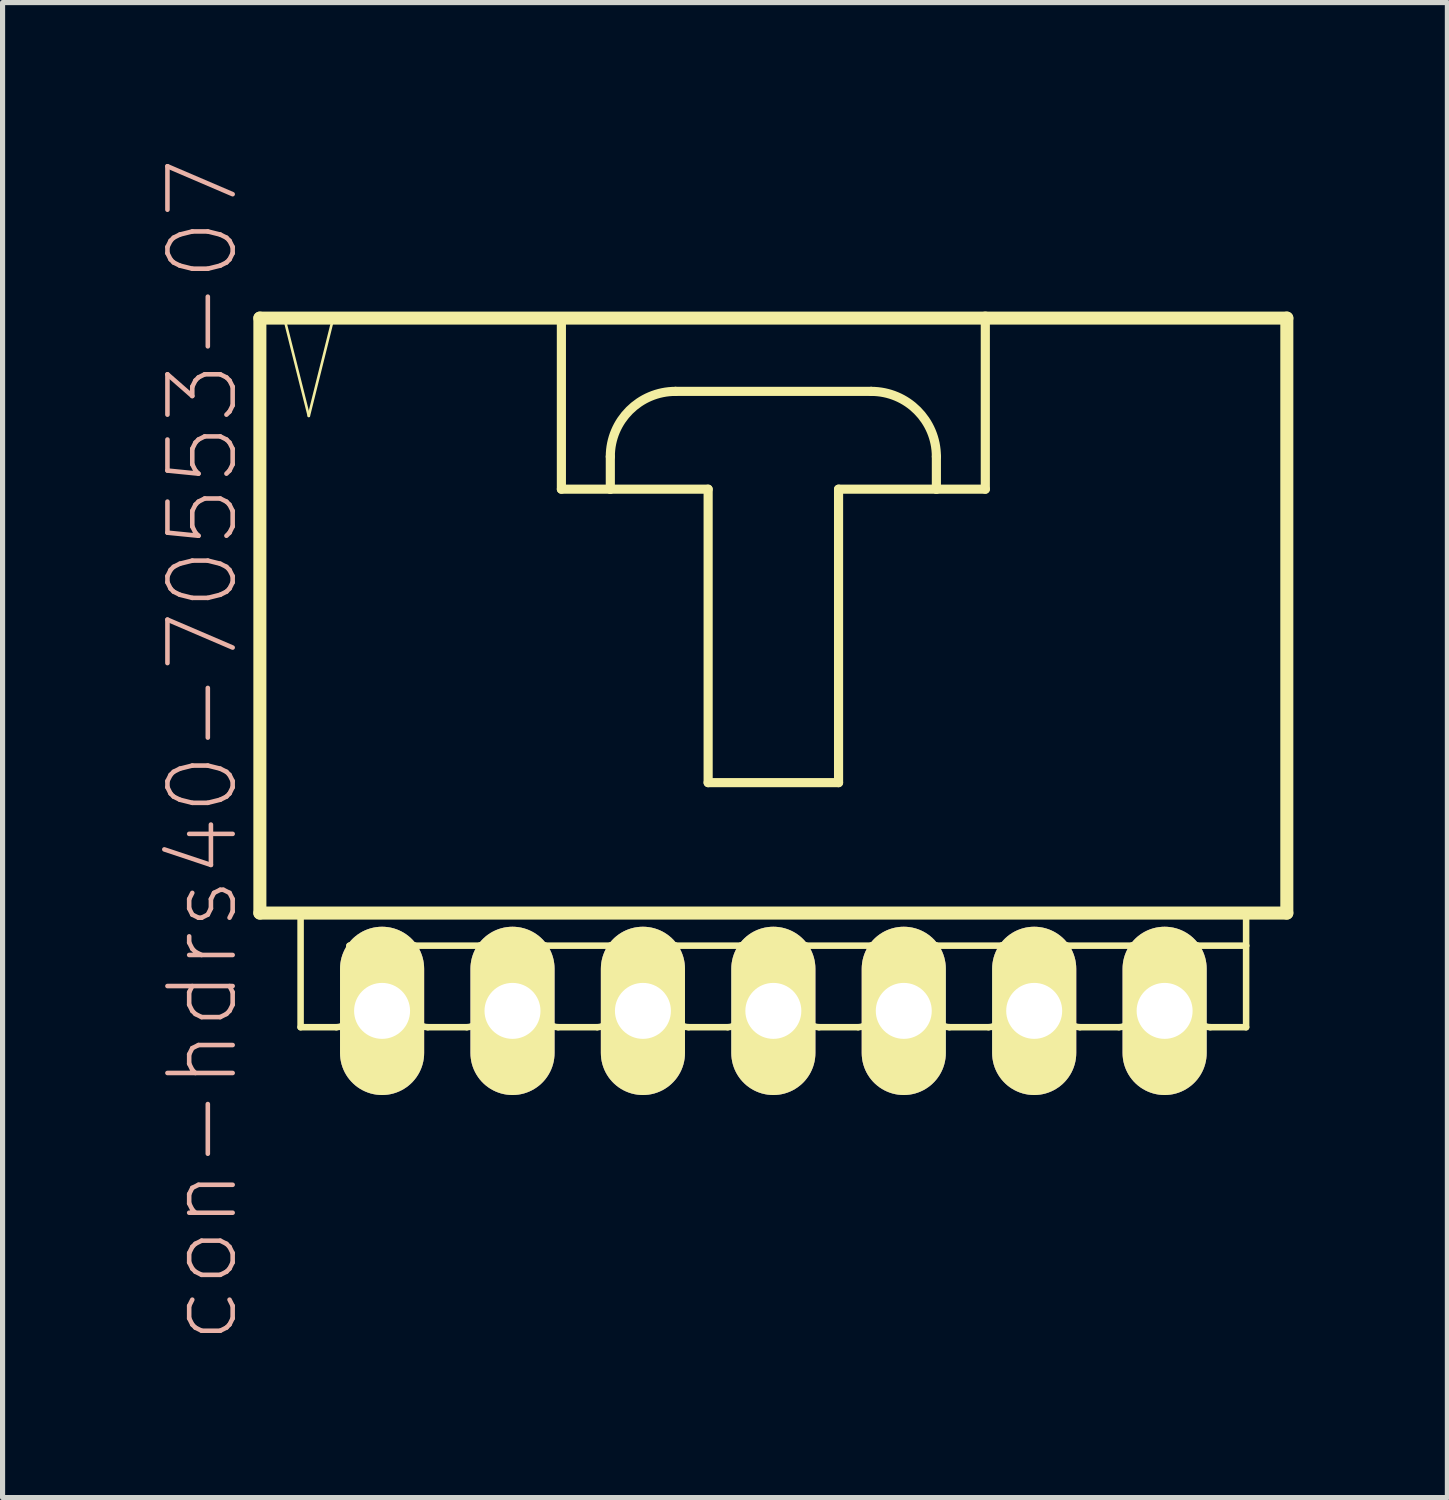
<source format=kicad_pcb>
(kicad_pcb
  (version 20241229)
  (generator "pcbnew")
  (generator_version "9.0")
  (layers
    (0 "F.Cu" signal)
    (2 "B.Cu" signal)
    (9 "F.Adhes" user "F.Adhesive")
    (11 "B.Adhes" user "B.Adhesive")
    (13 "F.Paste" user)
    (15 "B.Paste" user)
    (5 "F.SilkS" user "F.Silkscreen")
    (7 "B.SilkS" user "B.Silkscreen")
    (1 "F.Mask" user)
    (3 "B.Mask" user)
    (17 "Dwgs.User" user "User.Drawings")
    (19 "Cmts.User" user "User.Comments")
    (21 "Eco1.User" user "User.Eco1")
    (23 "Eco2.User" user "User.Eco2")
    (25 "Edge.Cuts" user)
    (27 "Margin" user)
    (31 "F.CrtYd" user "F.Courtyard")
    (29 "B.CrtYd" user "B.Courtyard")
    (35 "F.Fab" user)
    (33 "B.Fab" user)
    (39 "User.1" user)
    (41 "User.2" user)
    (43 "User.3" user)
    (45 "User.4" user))
  (footprint "con-hdrs40-70553-07"
    (layer "F.Cu")
    (at 12.011 9.017)
    (property "Reference" "con-hdrs40-70553-07" (at -11.113 2.54 90) (layer "B.SilkS") (effects (font (size 1.27 1.27) (thickness 0.089))))
    (attr exclude_from_pos_files exclude_from_bom)
    (fp_line (start -10 -5.872) (end -10 5.715) (stroke (width 0.254) (type solid)) (layer "F.SilkS"))
    (fp_line (start -10 5.715) (end 10 5.715) (stroke (width 0.254) (type solid)) (layer "F.SilkS"))
    (fp_line (start -9.525 -5.872) (end -9.047 -3.967) (stroke (width 0.051) (type solid)) (layer "F.SilkS"))
    (fp_line (start -9.207 5.715) (end -9.207 7.938) (stroke (width 0.127) (type solid)) (layer "F.SilkS"))
    (fp_line (start -9.047 -3.967) (end -8.572 -5.872) (stroke (width 0.051) (type solid)) (layer "F.SilkS"))
    (fp_line (start -8.572 -5.872) (end -9.525 -5.872) (stroke (width 0.051) (type solid)) (layer "F.SilkS"))
    (fp_line (start -8.509 7.938) (end -9.207 7.938) (stroke (width 0.127) (type solid)) (layer "F.SilkS"))
    (fp_line (start -8.255 6.35) (end -8.255 7.684) (stroke (width 0.127) (type solid)) (layer "F.SilkS"))
    (fp_line (start -8.255 6.35) (end -6.985 6.35) (stroke (width 0.127) (type solid)) (layer "F.SilkS"))
    (fp_line (start -7.938 6.35) (end -7.303 6.35) (stroke (width 0.066) (type solid)) (layer "F.SilkS"))
    (fp_line (start -7.938 7.62) (end -7.938 6.35) (stroke (width 0.066) (type solid)) (layer "F.SilkS"))
    (fp_line (start -7.938 7.62) (end -7.303 7.62) (stroke (width 0.066) (type solid)) (layer "F.SilkS"))
    (fp_line (start -7.303 7.62) (end -7.303 6.35) (stroke (width 0.066) (type solid)) (layer "F.SilkS"))
    (fp_line (start -6.985 6.35) (end -6.985 7.684) (stroke (width 0.127) (type solid)) (layer "F.SilkS"))
    (fp_line (start -6.985 6.35) (end -5.715 6.35) (stroke (width 0.127) (type solid)) (layer "F.SilkS"))
    (fp_line (start -5.969 7.938) (end -6.731 7.938) (stroke (width 0.127) (type solid)) (layer "F.SilkS"))
    (fp_line (start -5.715 6.35) (end -5.715 7.684) (stroke (width 0.127) (type solid)) (layer "F.SilkS"))
    (fp_line (start -5.715 6.35) (end -4.445 6.35) (stroke (width 0.127) (type solid)) (layer "F.SilkS"))
    (fp_line (start -5.397 6.35) (end -4.763 6.35) (stroke (width 0.066) (type solid)) (layer "F.SilkS"))
    (fp_line (start -5.397 7.62) (end -5.397 6.35) (stroke (width 0.066) (type solid)) (layer "F.SilkS"))
    (fp_line (start -5.397 7.62) (end -4.763 7.62) (stroke (width 0.066) (type solid)) (layer "F.SilkS"))
    (fp_line (start -4.763 7.62) (end -4.763 6.35) (stroke (width 0.066) (type solid)) (layer "F.SilkS"))
    (fp_line (start -4.445 6.35) (end -4.445 7.684) (stroke (width 0.127) (type solid)) (layer "F.SilkS"))
    (fp_line (start -4.445 6.35) (end -3.175 6.35) (stroke (width 0.127) (type solid)) (layer "F.SilkS"))
    (fp_line (start -4.128 -5.872) (end -4.128 -2.54) (stroke (width 0.178) (type solid)) (layer "F.SilkS"))
    (fp_line (start -4.128 -2.54) (end -3.175 -2.54) (stroke (width 0.178) (type solid)) (layer "F.SilkS"))
    (fp_line (start -3.429 7.938) (end -4.191 7.938) (stroke (width 0.127) (type solid)) (layer "F.SilkS"))
    (fp_line (start -3.175 -2.54) (end -3.175 -3.175) (stroke (width 0.178) (type solid)) (layer "F.SilkS"))
    (fp_line (start -3.175 -2.54) (end -1.27 -2.54) (stroke (width 0.178) (type solid)) (layer "F.SilkS"))
    (fp_line (start -3.175 6.35) (end -3.175 7.684) (stroke (width 0.127) (type solid)) (layer "F.SilkS"))
    (fp_line (start -3.175 6.35) (end -1.905 6.35) (stroke (width 0.127) (type solid)) (layer "F.SilkS"))
    (fp_line (start -2.857 6.35) (end -2.223 6.35) (stroke (width 0.066) (type solid)) (layer "F.SilkS"))
    (fp_line (start -2.857 7.62) (end -2.857 6.35) (stroke (width 0.066) (type solid)) (layer "F.SilkS"))
    (fp_line (start -2.857 7.62) (end -2.223 7.62) (stroke (width 0.066) (type solid)) (layer "F.SilkS"))
    (fp_line (start -2.223 7.62) (end -2.223 6.35) (stroke (width 0.066) (type solid)) (layer "F.SilkS"))
    (fp_line (start -1.905 -4.445) (end 1.905 -4.445) (stroke (width 0.178) (type solid)) (layer "F.SilkS"))
    (fp_line (start -1.905 6.35) (end -1.905 7.684) (stroke (width 0.127) (type solid)) (layer "F.SilkS"))
    (fp_line (start -1.905 6.35) (end -0.635 6.35) (stroke (width 0.127) (type solid)) (layer "F.SilkS"))
    (fp_line (start -1.27 -2.54) (end -1.27 3.175) (stroke (width 0.178) (type solid)) (layer "F.SilkS"))
    (fp_line (start -1.27 3.175) (end 1.27 3.175) (stroke (width 0.178) (type solid)) (layer "F.SilkS"))
    (fp_line (start -0.889 7.938) (end -1.651 7.938) (stroke (width 0.127) (type solid)) (layer "F.SilkS"))
    (fp_line (start -0.635 6.35) (end -0.635 7.684) (stroke (width 0.127) (type solid)) (layer "F.SilkS"))
    (fp_line (start -0.635 6.35) (end 0.635 6.35) (stroke (width 0.127) (type solid)) (layer "F.SilkS"))
    (fp_line (start -0.318 6.35) (end 0.318 6.35) (stroke (width 0.066) (type solid)) (layer "F.SilkS"))
    (fp_line (start -0.318 7.62) (end -0.318 6.35) (stroke (width 0.066) (type solid)) (layer "F.SilkS"))
    (fp_line (start -0.318 7.62) (end 0.318 7.62) (stroke (width 0.066) (type solid)) (layer "F.SilkS"))
    (fp_line (start 0.318 7.62) (end 0.318 6.35) (stroke (width 0.066) (type solid)) (layer "F.SilkS"))
    (fp_line (start 0.635 6.35) (end 0.635 7.684) (stroke (width 0.127) (type solid)) (layer "F.SilkS"))
    (fp_line (start 0.635 6.35) (end 1.905 6.35) (stroke (width 0.127) (type solid)) (layer "F.SilkS"))
    (fp_line (start 1.27 -2.54) (end 3.175 -2.54) (stroke (width 0.178) (type solid)) (layer "F.SilkS"))
    (fp_line (start 1.27 3.175) (end 1.27 -2.54) (stroke (width 0.178) (type solid)) (layer "F.SilkS"))
    (fp_line (start 1.651 7.938) (end 0.889 7.938) (stroke (width 0.127) (type solid)) (layer "F.SilkS"))
    (fp_line (start 1.905 6.35) (end 1.905 7.684) (stroke (width 0.127) (type solid)) (layer "F.SilkS"))
    (fp_line (start 1.905 6.35) (end 3.175 6.35) (stroke (width 0.127) (type solid)) (layer "F.SilkS"))
    (fp_line (start 2.223 6.35) (end 2.857 6.35) (stroke (width 0.066) (type solid)) (layer "F.SilkS"))
    (fp_line (start 2.223 7.62) (end 2.223 6.35) (stroke (width 0.066) (type solid)) (layer "F.SilkS"))
    (fp_line (start 2.223 7.62) (end 2.857 7.62) (stroke (width 0.066) (type solid)) (layer "F.SilkS"))
    (fp_line (start 2.857 7.62) (end 2.857 6.35) (stroke (width 0.066) (type solid)) (layer "F.SilkS"))
    (fp_line (start 3.175 -3.175) (end 3.175 -2.54) (stroke (width 0.178) (type solid)) (layer "F.SilkS"))
    (fp_line (start 3.175 -2.54) (end 4.128 -2.54) (stroke (width 0.178) (type solid)) (layer "F.SilkS"))
    (fp_line (start 3.175 6.35) (end 3.175 7.684) (stroke (width 0.127) (type solid)) (layer "F.SilkS"))
    (fp_line (start 3.175 6.35) (end 4.445 6.35) (stroke (width 0.127) (type solid)) (layer "F.SilkS"))
    (fp_line (start 4.128 -5.872) (end -10 -5.872) (stroke (width 0.254) (type solid)) (layer "F.SilkS"))
    (fp_line (start 4.128 -2.54) (end 4.128 -5.872) (stroke (width 0.178) (type solid)) (layer "F.SilkS"))
    (fp_line (start 4.191 7.938) (end 3.429 7.938) (stroke (width 0.127) (type solid)) (layer "F.SilkS"))
    (fp_line (start 4.445 6.35) (end 4.445 7.684) (stroke (width 0.127) (type solid)) (layer "F.SilkS"))
    (fp_line (start 4.445 6.35) (end 5.715 6.35) (stroke (width 0.127) (type solid)) (layer "F.SilkS"))
    (fp_line (start 4.763 6.35) (end 5.397 6.35) (stroke (width 0.066) (type solid)) (layer "F.SilkS"))
    (fp_line (start 4.763 7.62) (end 4.763 6.35) (stroke (width 0.066) (type solid)) (layer "F.SilkS"))
    (fp_line (start 4.763 7.62) (end 5.397 7.62) (stroke (width 0.066) (type solid)) (layer "F.SilkS"))
    (fp_line (start 5.397 7.62) (end 5.397 6.35) (stroke (width 0.066) (type solid)) (layer "F.SilkS"))
    (fp_line (start 5.715 6.35) (end 5.715 7.684) (stroke (width 0.127) (type solid)) (layer "F.SilkS"))
    (fp_line (start 5.715 6.35) (end 6.985 6.35) (stroke (width 0.127) (type solid)) (layer "F.SilkS"))
    (fp_line (start 6.731 7.938) (end 5.969 7.938) (stroke (width 0.127) (type solid)) (layer "F.SilkS"))
    (fp_line (start 6.985 6.35) (end 6.985 7.684) (stroke (width 0.127) (type solid)) (layer "F.SilkS"))
    (fp_line (start 6.985 6.35) (end 8.255 6.35) (stroke (width 0.127) (type solid)) (layer "F.SilkS"))
    (fp_line (start 7.303 6.35) (end 7.938 6.35) (stroke (width 0.066) (type solid)) (layer "F.SilkS"))
    (fp_line (start 7.303 7.62) (end 7.303 6.35) (stroke (width 0.066) (type solid)) (layer "F.SilkS"))
    (fp_line (start 7.303 7.62) (end 7.938 7.62) (stroke (width 0.066) (type solid)) (layer "F.SilkS"))
    (fp_line (start 7.938 7.62) (end 7.938 6.35) (stroke (width 0.066) (type solid)) (layer "F.SilkS"))
    (fp_line (start 8.255 6.35) (end 8.255 7.684) (stroke (width 0.127) (type solid)) (layer "F.SilkS"))
    (fp_line (start 8.255 6.35) (end 9.207 6.35) (stroke (width 0.127) (type solid)) (layer "F.SilkS"))
    (fp_line (start 8.509 7.938) (end 9.207 7.938) (stroke (width 0.127) (type solid)) (layer "F.SilkS"))
    (fp_line (start 9.207 6.35) (end 9.207 5.715) (stroke (width 0.127) (type solid)) (layer "F.SilkS"))
    (fp_line (start 9.207 7.938) (end 9.207 6.35) (stroke (width 0.127) (type solid)) (layer "F.SilkS"))
    (fp_line (start 10 -5.872) (end 4.128 -5.872) (stroke (width 0.254) (type solid)) (layer "F.SilkS"))
    (fp_line (start 10 5.715) (end 10 -5.872) (stroke (width 0.254) (type solid)) (layer "F.SilkS"))
    (fp_arc (start -8.255 7.6835) (mid -8.329395 7.863105) (end -8.509 7.9375) (stroke (width 0.127) (type solid)) (layer "F.SilkS"))
    (fp_arc (start -6.731 7.9375) (mid -6.910605 7.863105) (end -6.985 7.6835) (stroke (width 0.127) (type solid)) (layer "F.SilkS"))
    (fp_arc (start -5.715 7.6835) (mid -5.789395 7.863105) (end -5.969 7.9375) (stroke (width 0.127) (type solid)) (layer "F.SilkS"))
    (fp_arc (start -4.191 7.9375) (mid -4.370605 7.863105) (end -4.445 7.6835) (stroke (width 0.127) (type solid)) (layer "F.SilkS"))
    (fp_arc (start -3.175 -3.175) (mid -2.803026 -4.073026) (end -1.905 -4.445) (stroke (width 0.1778) (type solid)) (layer "F.SilkS"))
    (fp_arc (start -3.175 7.6835) (mid -3.249395 7.863105) (end -3.429 7.9375) (stroke (width 0.127) (type solid)) (layer "F.SilkS"))
    (fp_arc (start -1.651 7.9375) (mid -1.830605 7.863105) (end -1.905 7.6835) (stroke (width 0.127) (type solid)) (layer "F.SilkS"))
    (fp_arc (start -0.635 7.6835) (mid -0.709395 7.863105) (end -0.889 7.9375) (stroke (width 0.127) (type solid)) (layer "F.SilkS"))
    (fp_arc (start 0.889 7.9375) (mid 0.709395 7.863105) (end 0.635 7.6835) (stroke (width 0.127) (type solid)) (layer "F.SilkS"))
    (fp_arc (start 1.905 -4.445) (mid 2.803026 -4.073026) (end 3.175 -3.175) (stroke (width 0.1778) (type solid)) (layer "F.SilkS"))
    (fp_arc (start 1.905 7.6835) (mid 1.830605 7.863105) (end 1.651 7.9375) (stroke (width 0.127) (type solid)) (layer "F.SilkS"))
    (fp_arc (start 3.429 7.9375) (mid 3.249395 7.863105) (end 3.175 7.6835) (stroke (width 0.127) (type solid)) (layer "F.SilkS"))
    (fp_arc (start 4.445 7.6835) (mid 4.370605 7.863105) (end 4.191 7.9375) (stroke (width 0.127) (type solid)) (layer "F.SilkS"))
    (fp_arc (start 5.969 7.9375) (mid 5.789395 7.863105) (end 5.715 7.6835) (stroke (width 0.127) (type solid)) (layer "F.SilkS"))
    (fp_arc (start 6.985 7.6835) (mid 6.910605 7.863105) (end 6.731 7.9375) (stroke (width 0.127) (type solid)) (layer "F.SilkS"))
    (fp_arc (start 8.509 7.9375) (mid 8.329395 7.863105) (end 8.255 7.6835) (stroke (width 0.127) (type solid)) (layer "F.SilkS"))
    (pad "1" thru_hole oval (at -7.62 7.62) (size 1.638 3.277) (drill 1.09) (layers "*.Cu" "F.Mask" "F.SilkS" "F.Paste"))
    (pad "2" thru_hole oval (at -5.08 7.62) (size 1.638 3.277) (drill 1.09) (layers "*.Cu" "F.Mask" "F.SilkS" "F.Paste"))
    (pad "3" thru_hole oval (at -2.54 7.62) (size 1.638 3.277) (drill 1.09) (layers "*.Cu" "F.Mask" "F.SilkS" "F.Paste"))
    (pad "4" thru_hole oval (at 0 7.62) (size 1.638 3.277) (drill 1.09) (layers "*.Cu" "F.Mask" "F.SilkS" "F.Paste"))
    (pad "5" thru_hole oval (at 2.54 7.62) (size 1.638 3.277) (drill 1.09) (layers "*.Cu" "F.Mask" "F.SilkS" "F.Paste"))
    (pad "6" thru_hole oval (at 5.08 7.62) (size 1.638 3.277) (drill 1.09) (layers "*.Cu" "F.Mask" "F.SilkS" "F.Paste"))
    (pad "7" thru_hole oval (at 7.62 7.62) (size 1.638 3.277) (drill 1.09) (layers "*.Cu" "F.Mask" "F.SilkS" "F.Paste")))
  (gr_rect
    (start -3 -3)
    (end 25.138 26.115)
    (stroke (width 0.1) (type default))
    (fill no)
    (layer "Edge.Cuts")))
</source>
